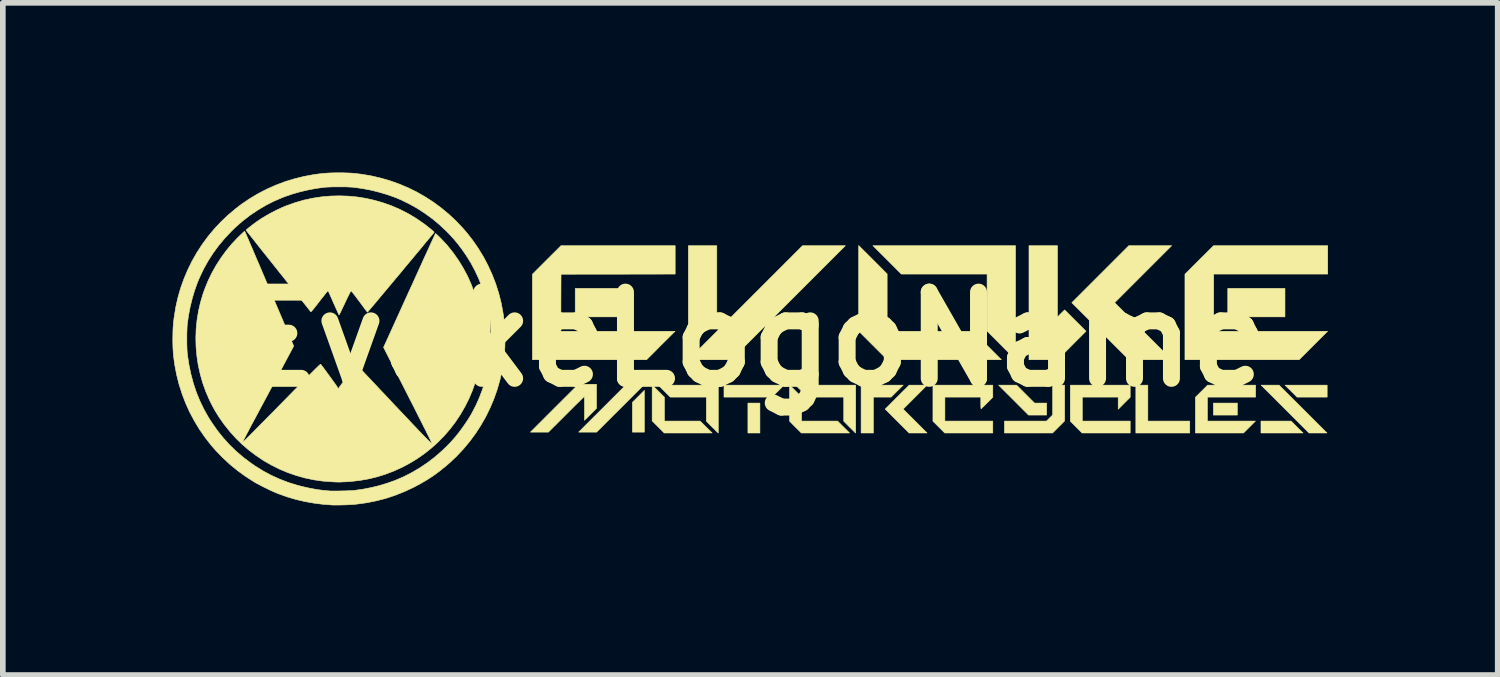
<source format=kicad_pcb>
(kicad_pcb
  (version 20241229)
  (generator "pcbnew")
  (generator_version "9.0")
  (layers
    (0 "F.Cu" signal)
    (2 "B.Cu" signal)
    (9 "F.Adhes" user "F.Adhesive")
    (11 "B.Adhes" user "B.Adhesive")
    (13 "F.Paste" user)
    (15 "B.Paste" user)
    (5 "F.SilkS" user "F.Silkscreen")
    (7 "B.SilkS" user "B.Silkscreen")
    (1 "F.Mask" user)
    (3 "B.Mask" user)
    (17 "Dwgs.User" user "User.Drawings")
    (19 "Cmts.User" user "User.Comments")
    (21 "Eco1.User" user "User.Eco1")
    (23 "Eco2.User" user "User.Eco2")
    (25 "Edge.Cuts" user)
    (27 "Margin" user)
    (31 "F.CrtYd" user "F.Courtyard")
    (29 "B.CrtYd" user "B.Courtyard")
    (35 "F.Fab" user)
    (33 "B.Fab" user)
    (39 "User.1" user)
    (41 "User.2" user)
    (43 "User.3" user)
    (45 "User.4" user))
  (footprint "EvokeLogoName"
    (layer "F.Cu")
    (at 10.257 2.949)
    (property "Reference" "EvokeLogoName" (at 0 0 0) (layer "F.SilkS") (effects (font (size 1.524 1.524) (thickness 0.3))))
    (attr through_hole)
    (fp_poly (pts (xy -2.76 1.64) (xy -3.077 1.64) (xy -2.23 0.794) (xy -1.913 0.794) (xy -2.76 1.64)) (stroke (width 0.01) (type solid)) (fill yes) (layer "F.SilkS"))
    (fp_poly (pts (xy -2.127 -0.397) (xy -3.138 -0.397) (xy -3.138 -0.9) (xy -2.127 -0.9) (xy -2.127 -0.397)) (stroke (width 0.01) (type solid)) (fill yes) (layer "F.SilkS"))
    (fp_poly (pts (xy 0.127 1.656) (xy -0.085 1.656) (xy -0.085 1.127) (xy 0.127 1.127) (xy 0.127 1.656)) (stroke (width 0.01) (type solid)) (fill yes) (layer "F.SilkS"))
    (fp_poly (pts (xy 0.341 1.021) (xy -0.508 1.021) (xy -0.508 0.81) (xy 0.553 0.81) (xy 0.341 1.021)) (stroke (width 0.01) (type solid)) (fill yes) (layer "F.SilkS"))
    (fp_poly (pts (xy 8.567 1.339) (xy 8.144 1.339) (xy 8.144 1.127) (xy 8.567 1.127) (xy 8.567 1.339)) (stroke (width 0.01) (type solid)) (fill yes) (layer "F.SilkS"))
    (fp_poly (pts (xy 9.409 -0.397) (xy 8.398 -0.397) (xy 8.398 -0.9) (xy 9.409 -0.9) (xy 9.409 -0.397)) (stroke (width 0.01) (type solid)) (fill yes) (layer "F.SilkS"))
    (fp_poly (pts (xy 9.729 1.656) (xy 8.985 1.656) (xy 8.985 1.445) (xy 9.517 1.445) (xy 9.729 1.656)) (stroke (width 0.01) (type solid)) (fill yes) (layer "F.SilkS"))
    (fp_poly (pts (xy 10.152 1.656) (xy 9.835 1.656) (xy 8.988 0.81) (xy 9.305 0.81) (xy 10.152 1.656)) (stroke (width 0.01) (type solid)) (fill yes) (layer "F.SilkS"))
    (fp_poly (pts (xy 10.155 1.021) (xy 9.623 1.021) (xy 9.411 0.81) (xy 10.155 0.81) (xy 10.155 1.021)) (stroke (width 0.01) (type solid)) (fill yes) (layer "F.SilkS"))
    (fp_poly (pts (xy -1.916 1.64) (xy -2.127 1.64) (xy -2.127 1.114) (xy -2.021 1.008) (xy -1.916 0.902) (xy -1.916 1.64)) (stroke (width 0.01) (type solid)) (fill yes) (layer "F.SilkS"))
    (fp_poly (pts (xy -0.635 -0.394) (xy -0.886 -0.143) (xy -1.138 0.108) (xy -1.138 -1.656) (xy -0.635 -1.656) (xy -0.635 -0.394)) (stroke (width 0.01) (type solid)) (fill yes) (layer "F.SilkS"))
    (fp_poly (pts (xy 0.63 -0.648) (xy -0.378 0.36) (xy -1.135 0.36) (xy -0.127 -0.648) (xy 0.881 -1.656) (xy 1.638 -1.656) (xy 0.63 -0.648)) (stroke (width 0.01) (type solid)) (fill yes) (layer "F.SilkS"))
    (fp_poly (pts (xy 2.447 1.021) (xy 2.133 1.021) (xy 2.133 1.656) (xy 1.916 1.656) (xy 1.916 0.81) (xy 2.659 0.81) (xy 2.447 1.021)) (stroke (width 0.01) (type solid)) (fill yes) (layer "F.SilkS"))
    (fp_poly (pts (xy 6.985 1.445) (xy 7.726 1.445) (xy 7.726 1.656) (xy 6.773 1.656) (xy 6.773 0.81) (xy 6.985 0.81) (xy 6.985 1.445)) (stroke (width 0.01) (type solid)) (fill yes) (layer "F.SilkS"))
    (fp_poly (pts (xy 4.982 1.127) (xy 5.196 1.127) (xy 5.196 1.339) (xy 4.876 1.339) (xy 4.612 1.074) (xy 4.347 0.81) (xy 4.665 0.81) (xy 4.982 1.127)) (stroke (width 0.01) (type solid)) (fill yes) (layer "F.SilkS"))
    (fp_poly (pts (xy -1.67 0.915) (xy -1.561 1.024) (xy -1.561 1.445) (xy -0.929 1.445) (xy -0.717 1.656) (xy -1.564 1.656) (xy -1.671 1.549) (xy -1.778 1.442) (xy -1.778 0.807) (xy -1.67 0.915)) (stroke (width 0.01) (type solid)) (fill yes) (layer "F.SilkS"))
    (fp_poly (pts (xy 0.757 0.913) (xy 0.863 1.019) (xy 0.863 1.445) (xy 1.5 1.445) (xy 1.712 1.656) (xy 0.86 1.656) (xy 0.755 1.552) (xy 0.651 1.447) (xy 0.651 0.807) (xy 0.757 0.913)) (stroke (width 0.01) (type solid)) (fill yes) (layer "F.SilkS"))
    (fp_poly (pts (xy 5.514 1.442) (xy 5.3 1.656) (xy 4.45 1.656) (xy 4.45 1.445) (xy 5.194 1.445) (xy 5.248 1.39) (xy 5.302 1.336) (xy 5.302 0.81) (xy 5.514 0.81) (xy 5.514 1.442)) (stroke (width 0.01) (type solid)) (fill yes) (layer "F.SilkS"))
    (fp_poly (pts (xy 6.902 -1.152) (xy 6.398 -0.648) (xy 6.902 -0.144) (xy 7.406 0.36) (xy 6.649 0.36) (xy 6.145 -0.144) (xy 5.641 -0.648) (xy 6.649 -1.656) (xy 7.406 -1.656) (xy 6.902 -1.152)) (stroke (width 0.01) (type solid)) (fill yes) (layer "F.SilkS"))
    (fp_poly (pts (xy 2.125 -1.408) (xy 2.376 -1.156) (xy 2.376 -0.143) (xy 3.892 -0.143) (xy 4.143 0.108) (xy 4.395 0.36) (xy 2.379 0.36) (xy 2.126 0.107) (xy 1.873 -0.146) (xy 1.873 -1.659) (xy 2.125 -1.408)) (stroke (width 0.01) (type solid)) (fill yes) (layer "F.SilkS"))
    (fp_poly (pts (xy 2.871 1.021) (xy 2.659 1.233) (xy 2.871 1.445) (xy 3.082 1.656) (xy 2.765 1.656) (xy 2.553 1.445) (xy 2.342 1.233) (xy 2.553 1.021) (xy 2.765 0.81) (xy 3.082 0.81) (xy 2.871 1.021)) (stroke (width 0.01) (type solid)) (fill yes) (layer "F.SilkS"))
    (fp_poly (pts (xy 5.387 -0.394) (xy 5.45 -0.458) (xy 5.514 -0.521) (xy 5.703 -0.332) (xy 5.892 -0.143) (xy 5.641 0.108) (xy 5.39 0.36) (xy 4.884 0.36) (xy 4.884 -1.656) (xy 5.387 -1.656) (xy 5.387 -0.394)) (stroke (width 0.01) (type solid)) (fill yes) (layer "F.SilkS"))
    (fp_poly (pts (xy 8.89 1.021) (xy 8.038 1.021) (xy 8.038 1.445) (xy 8.887 1.445) (xy 8.676 1.656) (xy 7.826 1.656) (xy 7.826 1.024) (xy 7.934 0.917) (xy 8.041 0.81) (xy 8.89 0.81) (xy 8.89 1.021)) (stroke (width 0.01) (type solid)) (fill yes) (layer "F.SilkS"))
    (fp_poly (pts (xy 10.165 -1.154) (xy 8.149 -1.154) (xy 8.149 -0.143) (xy 10.163 -0.143) (xy 9.911 0.108) (xy 9.66 0.36) (xy 7.641 0.36) (xy 7.641 -1.151) (xy 7.894 -1.404) (xy 8.147 -1.656) (xy 10.165 -1.656) (xy 10.165 -1.154)) (stroke (width 0.01) (type solid)) (fill yes) (layer "F.SilkS"))
    (fp_poly (pts (xy 6.673 1.024) (xy 6.567 1.13) (xy 6.461 1.236) (xy 6.461 1.021) (xy 5.826 1.021) (xy 5.826 1.445) (xy 6.673 1.445) (xy 6.673 1.656) (xy 5.823 1.656) (xy 5.614 1.447) (xy 5.614 0.81) (xy 6.673 0.81) (xy 6.673 1.024)) (stroke (width 0.01) (type solid)) (fill yes) (layer "F.SilkS"))
    (fp_poly (pts (xy -1.371 -1.154) (xy -2.38 -1.152) (xy -3.389 -1.151) (xy -3.391 -0.647) (xy -3.392 -0.143) (xy -1.373 -0.143) (xy -1.625 0.108) (xy -1.876 0.36) (xy -3.895 0.36) (xy -3.895 -1.151) (xy -3.642 -1.404) (xy -3.389 -1.656) (xy -1.371 -1.656) (xy -1.371 -1.154)) (stroke (width 0.01) (type solid)) (fill yes) (layer "F.SilkS"))
    (fp_poly (pts (xy -0.609 1.233) (xy -0.609 1.299) (xy -0.609 1.362) (xy -0.609 1.42) (xy -0.609 1.475) (xy -0.609 1.523) (xy -0.609 1.565) (xy -0.609 1.601) (xy -0.609 1.628) (xy -0.61 1.646) (xy -0.61 1.655) (xy -0.61 1.656) (xy -0.614 1.653) (xy -0.624 1.643) (xy -0.64 1.627) (xy -0.661 1.606) (xy -0.685 1.582) (xy -0.712 1.556) (xy -0.716 1.552) (xy -0.82 1.447) (xy -0.82 1.021) (xy -1.458 1.021) (xy -1.669 0.81) (xy -0.609 0.81) (xy -0.609 1.233)) (stroke (width 0.01) (type solid)) (fill yes) (layer "F.SilkS"))
    (fp_poly (pts (xy 1.82 1.233) (xy 1.82 1.299) (xy 1.82 1.362) (xy 1.82 1.42) (xy 1.82 1.475) (xy 1.82 1.523) (xy 1.82 1.565) (xy 1.82 1.601) (xy 1.819 1.628) (xy 1.819 1.646) (xy 1.819 1.655) (xy 1.819 1.656) (xy 1.815 1.653) (xy 1.805 1.643) (xy 1.789 1.627) (xy 1.768 1.606) (xy 1.744 1.582) (xy 1.717 1.556) (xy 1.713 1.552) (xy 1.609 1.447) (xy 1.609 1.021) (xy 0.971 1.021) (xy 0.759 0.81) (xy 1.82 0.81) (xy 1.82 1.233)) (stroke (width 0.01) (type solid)) (fill yes) (layer "F.SilkS"))
    (fp_poly (pts (xy 4.244 1.024) (xy 4.142 1.126) (xy 4.115 1.153) (xy 4.091 1.177) (xy 4.069 1.197) (xy 4.053 1.213) (xy 4.041 1.224) (xy 4.036 1.228) (xy 4.036 1.228) (xy 4.035 1.223) (xy 4.034 1.209) (xy 4.033 1.187) (xy 4.032 1.16) (xy 4.032 1.129) (xy 4.032 1.124) (xy 4.032 1.021) (xy 3.397 1.021) (xy 3.397 1.445) (xy 4.244 1.445) (xy 4.244 1.656) (xy 3.395 1.656) (xy 3.186 1.447) (xy 3.186 0.81) (xy 4.244 0.81) (xy 4.244 1.024)) (stroke (width 0.01) (type solid)) (fill yes) (layer "F.SilkS"))
    (fp_poly (pts (xy -2.762 1.22) (xy -2.868 1.326) (xy -2.974 1.431) (xy -2.974 1.221) (xy -2.974 1.175) (xy -2.974 1.132) (xy -2.975 1.095) (xy -2.975 1.062) (xy -2.976 1.037) (xy -2.977 1.02) (xy -2.978 1.011) (xy -2.978 1.011) (xy -2.982 1.014) (xy -2.993 1.025) (xy -3.011 1.042) (xy -3.034 1.065) (xy -3.063 1.093) (xy -3.096 1.126) (xy -3.134 1.163) (xy -3.175 1.204) (xy -3.219 1.248) (xy -3.265 1.294) (xy -3.297 1.326) (xy -3.612 1.64) (xy -3.929 1.64) (xy -3.506 1.217) (xy -3.082 0.794) (xy -2.762 0.794) (xy -2.762 1.22)) (stroke (width 0.01) (type solid)) (fill yes) (layer "F.SilkS"))
    (fp_poly (pts (xy 4.646 -0.651) (xy 4.646 -0.549) (xy 4.646 -0.449) (xy 4.646 -0.353) (xy 4.646 -0.261) (xy 4.646 -0.173) (xy 4.646 -0.09) (xy 4.646 -0.013) (xy 4.646 0.059) (xy 4.646 0.124) (xy 4.645 0.182) (xy 4.645 0.232) (xy 4.645 0.275) (xy 4.645 0.309) (xy 4.645 0.334) (xy 4.645 0.349) (xy 4.645 0.355) (xy 4.645 0.355) (xy 4.641 0.351) (xy 4.63 0.34) (xy 4.613 0.324) (xy 4.591 0.301) (xy 4.563 0.274) (xy 4.531 0.242) (xy 4.495 0.206) (xy 4.456 0.167) (xy 4.415 0.126) (xy 4.393 0.104) (xy 4.143 -0.146) (xy 4.143 -1.154) (xy 2.627 -1.154) (xy 2.376 -1.405) (xy 2.125 -1.656) (xy 4.646 -1.656) (xy 4.646 -0.651)) (stroke (width 0.01) (type solid)) (fill yes) (layer "F.SilkS"))
    (fp_poly (pts (xy -7.15 -2.532) (xy -6.993 -2.517) (xy -6.837 -2.492) (xy -6.683 -2.457) (xy -6.532 -2.413) (xy -6.383 -2.36) (xy -6.237 -2.297) (xy -6.096 -2.225) (xy -5.958 -2.143) (xy -5.825 -2.052) (xy -5.792 -2.028) (xy -5.763 -2.005) (xy -5.735 -1.983) (xy -5.707 -1.961) (xy -5.682 -1.94) (xy -5.661 -1.922) (xy -5.645 -1.908) (xy -5.635 -1.898) (xy -5.632 -1.894) (xy -5.635 -1.889) (xy -5.645 -1.877) (xy -5.661 -1.857) (xy -5.683 -1.831) (xy -5.709 -1.799) (xy -5.74 -1.762) (xy -5.776 -1.719) (xy -5.815 -1.672) (xy -5.857 -1.62) (xy -5.903 -1.565) (xy -5.951 -1.508) (xy -6.001 -1.447) (xy -6.053 -1.385) (xy -6.107 -1.321) (xy -6.161 -1.256) (xy -6.215 -1.19) (xy -6.27 -1.124) (xy -6.325 -1.059) (xy -6.378 -0.995) (xy -6.43 -0.933) (xy -6.481 -0.872) (xy -6.53 -0.814) (xy -6.576 -0.759) (xy -6.619 -0.707) (xy -6.659 -0.659) (xy -6.695 -0.616) (xy -6.728 -0.578) (xy -6.755 -0.545) (xy -6.778 -0.519) (xy -6.795 -0.499) (xy -6.806 -0.485) (xy -6.811 -0.48) (xy -6.811 -0.48) (xy -6.815 -0.484) (xy -6.824 -0.496) (xy -6.839 -0.515) (xy -6.858 -0.54) (xy -6.88 -0.57) (xy -6.905 -0.604) (xy -6.933 -0.642) (xy -6.954 -0.67) (xy -6.993 -0.722) (xy -7.026 -0.766) (xy -7.053 -0.801) (xy -7.074 -0.828) (xy -7.089 -0.846) (xy -7.098 -0.855) (xy -7.101 -0.856) (xy -7.103 -0.854) (xy -7.107 -0.849) (xy -7.113 -0.839) (xy -7.121 -0.824) (xy -7.131 -0.804) (xy -7.144 -0.779) (xy -7.16 -0.747) (xy -7.179 -0.708) (xy -7.201 -0.661) (xy -7.227 -0.606) (xy -7.257 -0.543) (xy -7.282 -0.49) (xy -7.293 -0.467) (xy -7.303 -0.449) (xy -7.31 -0.436) (xy -7.314 -0.432) (xy -7.314 -0.432) (xy -7.317 -0.438) (xy -7.324 -0.452) (xy -7.334 -0.474) (xy -7.346 -0.502) (xy -7.362 -0.536) (xy -7.379 -0.574) (xy -7.397 -0.616) (xy -7.405 -0.632) (xy -7.424 -0.675) (xy -7.442 -0.716) (xy -7.458 -0.753) (xy -7.473 -0.785) (xy -7.484 -0.811) (xy -7.493 -0.83) (xy -7.498 -0.841) (xy -7.499 -0.843) (xy -7.505 -0.853) (xy -7.511 -0.857) (xy -7.515 -0.853) (xy -7.525 -0.841) (xy -7.541 -0.823) (xy -7.56 -0.799) (xy -7.583 -0.769) (xy -7.61 -0.736) (xy -7.639 -0.699) (xy -7.662 -0.669) (xy -7.698 -0.622) (xy -7.728 -0.584) (xy -7.752 -0.553) (xy -7.772 -0.529) (xy -7.787 -0.511) (xy -7.798 -0.498) (xy -7.806 -0.491) (xy -7.811 -0.488) (xy -7.813 -0.488) (xy -7.817 -0.493) (xy -7.827 -0.506) (xy -7.843 -0.526) (xy -7.864 -0.553) (xy -7.891 -0.587) (xy -7.923 -0.627) (xy -7.959 -0.672) (xy -7.999 -0.723) (xy -8.044 -0.779) (xy -8.092 -0.839) (xy -8.143 -0.903) (xy -8.196 -0.971) (xy -8.253 -1.042) (xy -8.311 -1.116) (xy -8.372 -1.191) (xy -8.387 -1.211) (xy -8.448 -1.287) (xy -8.507 -1.362) (xy -8.564 -1.433) (xy -8.618 -1.501) (xy -8.67 -1.566) (xy -8.718 -1.627) (xy -8.763 -1.684) (xy -8.804 -1.736) (xy -8.841 -1.783) (xy -8.874 -1.824) (xy -8.901 -1.859) (xy -8.924 -1.887) (xy -8.941 -1.909) (xy -8.952 -1.923) (xy -8.957 -1.93) (xy -8.957 -1.93) (xy -8.954 -1.935) (xy -8.943 -1.945) (xy -8.926 -1.959) (xy -8.904 -1.977) (xy -8.878 -1.997) (xy -8.85 -2.019) (xy -8.821 -2.041) (xy -8.791 -2.063) (xy -8.768 -2.08) (xy -8.69 -2.133) (xy -8.604 -2.185) (xy -8.513 -2.236) (xy -8.419 -2.284) (xy -8.326 -2.328) (xy -8.244 -2.362) (xy -8.092 -2.416) (xy -7.937 -2.461) (xy -7.781 -2.495) (xy -7.624 -2.519) (xy -7.466 -2.533) (xy -7.307 -2.537) (xy -7.15 -2.532)) (stroke (width 0.01) (type solid)) (fill yes) (layer "F.SilkS"))
    (fp_poly (pts (xy -7.247 -2.944) (xy -7.186 -2.942) (xy -7.13 -2.94) (xy -7.077 -2.937) (xy -7.024 -2.932) (xy -6.968 -2.925) (xy -6.932 -2.921) (xy -6.758 -2.893) (xy -6.588 -2.854) (xy -6.42 -2.806) (xy -6.256 -2.748) (xy -6.096 -2.681) (xy -5.941 -2.605) (xy -5.791 -2.519) (xy -5.645 -2.425) (xy -5.506 -2.322) (xy -5.372 -2.211) (xy -5.245 -2.092) (xy -5.124 -1.964) (xy -5.058 -1.888) (xy -4.949 -1.749) (xy -4.85 -1.605) (xy -4.759 -1.456) (xy -4.678 -1.301) (xy -4.606 -1.143) (xy -4.543 -0.98) (xy -4.49 -0.813) (xy -4.447 -0.644) (xy -4.415 -0.471) (xy -4.403 -0.393) (xy -4.396 -0.334) (xy -4.39 -0.279) (xy -4.386 -0.226) (xy -4.383 -0.173) (xy -4.381 -0.116) (xy -4.38 -0.053) (xy -4.38 -0.008) (xy -4.38 0.06) (xy -4.381 0.121) (xy -4.384 0.176) (xy -4.387 0.229) (xy -4.392 0.282) (xy -4.398 0.338) (xy -4.403 0.378) (xy -4.431 0.551) (xy -4.47 0.722) (xy -4.518 0.889) (xy -4.576 1.053) (xy -4.643 1.212) (xy -4.719 1.367) (xy -4.805 1.518) (xy -4.899 1.663) (xy -5.002 1.803) (xy -5.113 1.936) (xy -5.233 2.064) (xy -5.36 2.184) (xy -5.437 2.25) (xy -5.544 2.336) (xy -5.651 2.414) (xy -5.762 2.486) (xy -5.879 2.554) (xy -6.003 2.62) (xy -6.006 2.621) (xy -6.165 2.695) (xy -6.325 2.758) (xy -6.488 2.812) (xy -6.655 2.855) (xy -6.825 2.889) (xy -6.999 2.913) (xy -7.053 2.918) (xy -7.084 2.921) (xy -7.123 2.923) (xy -7.166 2.925) (xy -7.213 2.927) (xy -7.261 2.928) (xy -7.307 2.929) (xy -7.351 2.929) (xy -7.389 2.929) (xy -7.419 2.929) (xy -7.429 2.929) (xy -7.599 2.916) (xy -7.762 2.895) (xy -7.92 2.867) (xy -8.073 2.831) (xy -8.224 2.787) (xy -8.373 2.734) (xy -8.409 2.72) (xy -8.45 2.703) (xy -8.497 2.682) (xy -8.549 2.658) (xy -8.603 2.631) (xy -8.657 2.605) (xy -8.709 2.578) (xy -8.756 2.553) (xy -8.798 2.53) (xy -8.816 2.519) (xy -8.966 2.423) (xy -9.108 2.32) (xy -9.242 2.21) (xy -9.369 2.093) (xy -9.489 1.969) (xy -9.574 1.872) (xy -9.682 1.733) (xy -9.782 1.589) (xy -9.872 1.44) (xy -9.954 1.286) (xy -10.026 1.127) (xy -10.088 0.964) (xy -10.141 0.798) (xy -10.184 0.628) (xy -10.217 0.456) (xy -10.228 0.378) (xy -10.236 0.318) (xy -10.242 0.263) (xy -10.246 0.21) (xy -10.249 0.157) (xy -10.251 0.1) (xy -10.252 0.037) (xy -10.252 -0.008) (xy -10.252 -0.035) (xy -10.004 -0.035) (xy -10.004 0.025) (xy -10.004 0.084) (xy -10.002 0.14) (xy -10 0.191) (xy -9.997 0.235) (xy -9.994 0.267) (xy -9.968 0.442) (xy -9.933 0.612) (xy -9.889 0.776) (xy -9.836 0.936) (xy -9.773 1.09) (xy -9.701 1.239) (xy -9.62 1.383) (xy -9.56 1.476) (xy -9.464 1.613) (xy -9.361 1.741) (xy -9.253 1.861) (xy -9.137 1.974) (xy -9.014 2.08) (xy -8.882 2.18) (xy -8.8 2.237) (xy -8.659 2.325) (xy -8.514 2.403) (xy -8.364 2.471) (xy -8.211 2.53) (xy -8.052 2.579) (xy -7.979 2.598) (xy -7.874 2.623) (xy -7.777 2.642) (xy -7.685 2.658) (xy -7.598 2.669) (xy -7.567 2.672) (xy -7.54 2.674) (xy -7.515 2.677) (xy -7.495 2.679) (xy -7.485 2.68) (xy -7.467 2.681) (xy -7.439 2.681) (xy -7.404 2.682) (xy -7.364 2.681) (xy -7.32 2.681) (xy -7.274 2.68) (xy -7.227 2.679) (xy -7.182 2.678) (xy -7.139 2.676) (xy -7.101 2.675) (xy -7.068 2.673) (xy -7.044 2.671) (xy -7.038 2.67) (xy -6.89 2.649) (xy -6.741 2.62) (xy -6.595 2.584) (xy -6.454 2.541) (xy -6.319 2.493) (xy -6.318 2.492) (xy -6.169 2.428) (xy -6.024 2.354) (xy -5.882 2.27) (xy -5.746 2.178) (xy -5.614 2.077) (xy -5.489 1.967) (xy -5.413 1.895) (xy -5.339 1.818) (xy -5.27 1.741) (xy -5.206 1.663) (xy -5.144 1.58) (xy -5.081 1.491) (xy -5.062 1.462) (xy -5.029 1.412) (xy -5.001 1.366) (xy -4.975 1.323) (xy -4.951 1.278) (xy -4.926 1.23) (xy -4.899 1.178) (xy -4.834 1.034) (xy -4.777 0.884) (xy -4.728 0.728) (xy -4.688 0.565) (xy -4.659 0.421) (xy -4.651 0.372) (xy -4.645 0.328) (xy -4.639 0.288) (xy -4.635 0.248) (xy -4.632 0.208) (xy -4.63 0.165) (xy -4.629 0.117) (xy -4.628 0.063) (xy -4.628 0.000129) (xy -4.628 -0.008) (xy -4.628 -0.072) (xy -4.629 -0.127) (xy -4.63 -0.175) (xy -4.632 -0.219) (xy -4.635 -0.259) (xy -4.639 -0.299) (xy -4.644 -0.339) (xy -4.65 -0.383) (xy -4.658 -0.43) (xy -4.659 -0.437) (xy -4.693 -0.605) (xy -4.735 -0.767) (xy -4.785 -0.923) (xy -4.844 -1.073) (xy -4.912 -1.219) (xy -4.988 -1.36) (xy -5.071 -1.492) (xy -5.139 -1.59) (xy -5.207 -1.68) (xy -5.278 -1.766) (xy -5.354 -1.849) (xy -5.413 -1.91) (xy -5.534 -2.024) (xy -5.662 -2.131) (xy -5.795 -2.228) (xy -5.933 -2.317) (xy -6.076 -2.397) (xy -6.222 -2.468) (xy -6.318 -2.508) (xy -6.455 -2.557) (xy -6.599 -2.6) (xy -6.748 -2.637) (xy -6.899 -2.666) (xy -7.041 -2.686) (xy -7.077 -2.69) (xy -7.122 -2.692) (xy -7.173 -2.695) (xy -7.23 -2.696) (xy -7.289 -2.696) (xy -7.349 -2.696) (xy -7.408 -2.696) (xy -7.464 -2.694) (xy -7.515 -2.692) (xy -7.559 -2.689) (xy -7.591 -2.686) (xy -7.725 -2.667) (xy -7.861 -2.641) (xy -7.996 -2.61) (xy -8.127 -2.573) (xy -8.251 -2.531) (xy -8.313 -2.508) (xy -8.462 -2.444) (xy -8.608 -2.37) (xy -8.749 -2.286) (xy -8.886 -2.194) (xy -9.017 -2.093) (xy -9.142 -1.984) (xy -9.218 -1.91) (xy -9.332 -1.789) (xy -9.439 -1.661) (xy -9.537 -1.528) (xy -9.626 -1.39) (xy -9.706 -1.247) (xy -9.776 -1.1) (xy -9.816 -1.006) (xy -9.865 -0.869) (xy -9.908 -0.725) (xy -9.945 -0.576) (xy -9.974 -0.424) (xy -9.994 -0.283) (xy -9.998 -0.247) (xy -10 -0.202) (xy -10.002 -0.15) (xy -10.004 -0.094) (xy -10.004 -0.035) (xy -10.252 -0.035) (xy -10.251 -0.076) (xy -10.25 -0.137) (xy -10.248 -0.192) (xy -10.244 -0.245) (xy -10.24 -0.298) (xy -10.233 -0.354) (xy -10.228 -0.393) (xy -10.2 -0.567) (xy -10.162 -0.737) (xy -10.114 -0.904) (xy -10.056 -1.067) (xy -9.989 -1.226) (xy -9.913 -1.381) (xy -9.828 -1.531) (xy -9.734 -1.676) (xy -9.632 -1.815) (xy -9.522 -1.948) (xy -9.403 -2.075) (xy -9.277 -2.195) (xy -9.143 -2.308) (xy -9.04 -2.387) (xy -8.896 -2.485) (xy -8.747 -2.574) (xy -8.592 -2.654) (xy -8.433 -2.725) (xy -8.27 -2.787) (xy -8.103 -2.838) (xy -7.933 -2.88) (xy -7.761 -2.912) (xy -7.699 -2.921) (xy -7.64 -2.928) (xy -7.586 -2.934) (xy -7.533 -2.938) (xy -7.479 -2.941) (xy -7.421 -2.943) (xy -7.358 -2.944) (xy -7.316 -2.944) (xy -7.247 -2.944)) (stroke (width 0.01) (type solid)) (fill yes) (layer "F.SilkS"))
    (fp_poly (pts (xy -8.975 -1.896) (xy -8.972 -1.89) (xy -8.965 -1.875) (xy -8.954 -1.851) (xy -8.94 -1.818) (xy -8.923 -1.779) (xy -8.903 -1.733) (xy -8.881 -1.68) (xy -8.855 -1.621) (xy -8.828 -1.557) (xy -8.799 -1.489) (xy -8.768 -1.416) (xy -8.735 -1.34) (xy -8.701 -1.261) (xy -8.667 -1.18) (xy -8.631 -1.096) (xy -8.595 -1.011) (xy -8.558 -0.925) (xy -8.522 -0.84) (xy -8.485 -0.754) (xy -8.449 -0.669) (xy -8.414 -0.586) (xy -8.379 -0.505) (xy -8.346 -0.426) (xy -8.313 -0.35) (xy -8.283 -0.278) (xy -8.254 -0.211) (xy -8.227 -0.148) (xy -8.203 -0.09) (xy -8.181 -0.038) (xy -8.162 0.007) (xy -8.146 0.046) (xy -8.133 0.077) (xy -8.123 0.1) (xy -8.118 0.114) (xy -8.116 0.119) (xy -8.118 0.124) (xy -8.125 0.138) (xy -8.137 0.16) (xy -8.153 0.191) (xy -8.173 0.228) (xy -8.197 0.273) (xy -8.224 0.324) (xy -8.255 0.381) (xy -8.288 0.444) (xy -8.324 0.512) (xy -8.363 0.584) (xy -8.404 0.661) (xy -8.447 0.741) (xy -8.492 0.824) (xy -8.538 0.91) (xy -8.559 0.95) (xy -8.616 1.056) (xy -8.668 1.153) (xy -8.716 1.242) (xy -8.759 1.323) (xy -8.798 1.396) (xy -8.833 1.462) (xy -8.865 1.52) (xy -8.892 1.572) (xy -8.916 1.618) (xy -8.937 1.658) (xy -8.955 1.692) (xy -8.97 1.722) (xy -8.983 1.746) (xy -8.993 1.766) (xy -9.001 1.783) (xy -9.007 1.796) (xy -9.011 1.805) (xy -9.014 1.812) (xy -9.015 1.817) (xy -9.015 1.819) (xy -9.014 1.819) (xy -9.013 1.819) (xy -9.01 1.816) (xy -9.005 1.812) (xy -8.998 1.805) (xy -8.988 1.795) (xy -8.975 1.782) (xy -8.959 1.766) (xy -8.94 1.747) (xy -8.917 1.724) (xy -8.89 1.697) (xy -8.858 1.665) (xy -8.823 1.63) (xy -8.783 1.589) (xy -8.738 1.543) (xy -8.687 1.492) (xy -8.631 1.436) (xy -8.57 1.373) (xy -8.502 1.305) (xy -8.428 1.23) (xy -8.348 1.148) (xy -8.261 1.06) (xy -8.167 0.964) (xy -8.115 0.911) (xy -8.044 0.839) (xy -7.98 0.774) (xy -7.923 0.716) (xy -7.872 0.665) (xy -7.827 0.62) (xy -7.788 0.581) (xy -7.754 0.547) (xy -7.726 0.519) (xy -7.702 0.496) (xy -7.682 0.477) (xy -7.667 0.462) (xy -7.655 0.452) (xy -7.646 0.445) (xy -7.641 0.441) (xy -7.638 0.44) (xy -7.638 0.44) (xy -7.631 0.448) (xy -7.62 0.464) (xy -7.603 0.485) (xy -7.583 0.512) (xy -7.56 0.543) (xy -7.535 0.577) (xy -7.509 0.613) (xy -7.482 0.65) (xy -7.455 0.686) (xy -7.43 0.722) (xy -7.406 0.755) (xy -7.385 0.784) (xy -7.367 0.809) (xy -7.354 0.828) (xy -7.346 0.841) (xy -7.343 0.845) (xy -7.334 0.861) (xy -7.326 0.867) (xy -7.319 0.863) (xy -7.314 0.855) (xy -7.31 0.848) (xy -7.3 0.834) (xy -7.284 0.814) (xy -7.265 0.787) (xy -7.241 0.756) (xy -7.214 0.721) (xy -7.185 0.683) (xy -7.156 0.646) (xy -7.004 0.449) (xy -6.974 0.48) (xy -6.967 0.487) (xy -6.954 0.501) (xy -6.933 0.523) (xy -6.907 0.55) (xy -6.875 0.584) (xy -6.838 0.624) (xy -6.796 0.668) (xy -6.749 0.718) (xy -6.699 0.771) (xy -6.644 0.829) (xy -6.587 0.89) (xy -6.526 0.954) (xy -6.463 1.021) (xy -6.398 1.091) (xy -6.331 1.162) (xy -6.321 1.172) (xy -6.238 1.26) (xy -6.162 1.34) (xy -6.093 1.413) (xy -6.031 1.479) (xy -5.974 1.539) (xy -5.924 1.592) (xy -5.879 1.639) (xy -5.839 1.681) (xy -5.804 1.717) (xy -5.774 1.747) (xy -5.749 1.773) (xy -5.727 1.794) (xy -5.71 1.811) (xy -5.696 1.824) (xy -5.686 1.833) (xy -5.679 1.839) (xy -5.675 1.841) (xy -5.673 1.84) (xy -5.673 1.84) (xy -5.674 1.836) (xy -5.676 1.829) (xy -5.681 1.818) (xy -5.688 1.803) (xy -5.697 1.783) (xy -5.709 1.758) (xy -5.724 1.728) (xy -5.741 1.693) (xy -5.762 1.652) (xy -5.785 1.604) (xy -5.813 1.55) (xy -5.844 1.488) (xy -5.878 1.42) (xy -5.917 1.343) (xy -5.959 1.259) (xy -6.006 1.166) (xy -6.058 1.065) (xy -6.109 0.964) (xy -6.526 0.142) (xy -6.07 -0.862) (xy -6.025 -0.959) (xy -5.982 -1.054) (xy -5.94 -1.147) (xy -5.9 -1.235) (xy -5.861 -1.32) (xy -5.825 -1.401) (xy -5.79 -1.476) (xy -5.758 -1.547) (xy -5.728 -1.611) (xy -5.702 -1.67) (xy -5.678 -1.722) (xy -5.657 -1.767) (xy -5.64 -1.804) (xy -5.626 -1.834) (xy -5.617 -1.855) (xy -5.611 -1.867) (xy -5.609 -1.87) (xy -5.604 -1.868) (xy -5.593 -1.859) (xy -5.577 -1.845) (xy -5.556 -1.825) (xy -5.533 -1.802) (xy -5.508 -1.777) (xy -5.482 -1.75) (xy -5.456 -1.722) (xy -5.431 -1.695) (xy -5.408 -1.67) (xy -5.401 -1.662) (xy -5.298 -1.534) (xy -5.204 -1.4) (xy -5.119 -1.262) (xy -5.043 -1.12) (xy -4.977 -0.973) (xy -4.921 -0.823) (xy -4.874 -0.67) (xy -4.837 -0.515) (xy -4.81 -0.357) (xy -4.793 -0.197) (xy -4.786 -0.035) (xy -4.789 0.127) (xy -4.802 0.283) (xy -4.826 0.443) (xy -4.86 0.6) (xy -4.903 0.754) (xy -4.956 0.905) (xy -5.018 1.051) (xy -5.089 1.192) (xy -5.168 1.329) (xy -5.256 1.461) (xy -5.351 1.586) (xy -5.455 1.706) (xy -5.566 1.819) (xy -5.684 1.925) (xy -5.809 2.024) (xy -5.94 2.115) (xy -6.078 2.198) (xy -6.199 2.262) (xy -6.345 2.328) (xy -6.491 2.384) (xy -6.638 2.43) (xy -6.789 2.467) (xy -6.943 2.494) (xy -7.101 2.512) (xy -7.202 2.519) (xy -7.24 2.52) (xy -7.269 2.522) (xy -7.294 2.523) (xy -7.316 2.523) (xy -7.337 2.523) (xy -7.361 2.522) (xy -7.389 2.521) (xy -7.425 2.519) (xy -7.443 2.518) (xy -7.604 2.506) (xy -7.762 2.483) (xy -7.918 2.45) (xy -8.071 2.407) (xy -8.221 2.355) (xy -8.366 2.294) (xy -8.508 2.223) (xy -8.645 2.145) (xy -8.776 2.057) (xy -8.903 1.962) (xy -9.023 1.859) (xy -9.137 1.748) (xy -9.244 1.629) (xy -9.344 1.504) (xy -9.437 1.372) (xy -9.51 1.253) (xy -9.525 1.225) (xy -9.542 1.195) (xy -9.559 1.162) (xy -9.576 1.129) (xy -9.592 1.097) (xy -9.606 1.067) (xy -9.618 1.041) (xy -9.627 1.021) (xy -9.632 1.006) (xy -9.633 1) (xy -9.634 0.995) (xy -9.635 0.995) (xy -9.639 0.99) (xy -9.646 0.977) (xy -9.654 0.958) (xy -9.664 0.934) (xy -9.668 0.925) (xy -9.723 0.772) (xy -9.767 0.616) (xy -9.802 0.459) (xy -9.826 0.3) (xy -9.841 0.14) (xy -9.845 -0.021) (xy -9.84 -0.181) (xy -9.824 -0.34) (xy -9.798 -0.499) (xy -9.762 -0.655) (xy -9.716 -0.81) (xy -9.688 -0.888) (xy -9.63 -1.031) (xy -9.562 -1.172) (xy -9.485 -1.309) (xy -9.4 -1.441) (xy -9.308 -1.567) (xy -9.21 -1.686) (xy -9.105 -1.797) (xy -9.049 -1.851) (xy -8.984 -1.912) (xy -8.975 -1.896)) (stroke (width 0.01) (type solid)) (fill yes) (layer "F.SilkS")))
  (gr_rect
    (start -3 -3)
    (end 23.427 8.883)
    (stroke (width 0.1) (type default))
    (fill no)
    (layer "Edge.Cuts")))
</source>
